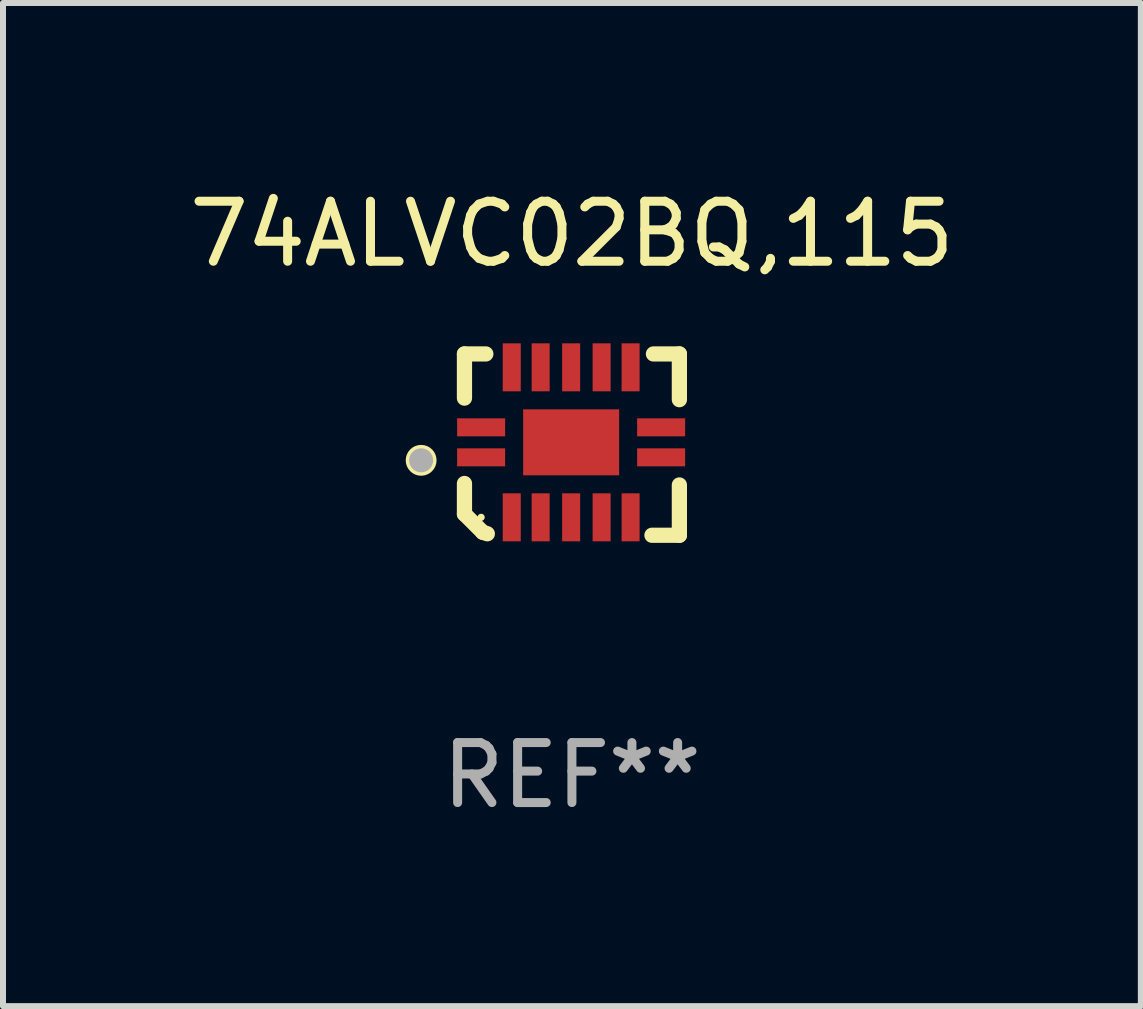
<source format=kicad_pcb>
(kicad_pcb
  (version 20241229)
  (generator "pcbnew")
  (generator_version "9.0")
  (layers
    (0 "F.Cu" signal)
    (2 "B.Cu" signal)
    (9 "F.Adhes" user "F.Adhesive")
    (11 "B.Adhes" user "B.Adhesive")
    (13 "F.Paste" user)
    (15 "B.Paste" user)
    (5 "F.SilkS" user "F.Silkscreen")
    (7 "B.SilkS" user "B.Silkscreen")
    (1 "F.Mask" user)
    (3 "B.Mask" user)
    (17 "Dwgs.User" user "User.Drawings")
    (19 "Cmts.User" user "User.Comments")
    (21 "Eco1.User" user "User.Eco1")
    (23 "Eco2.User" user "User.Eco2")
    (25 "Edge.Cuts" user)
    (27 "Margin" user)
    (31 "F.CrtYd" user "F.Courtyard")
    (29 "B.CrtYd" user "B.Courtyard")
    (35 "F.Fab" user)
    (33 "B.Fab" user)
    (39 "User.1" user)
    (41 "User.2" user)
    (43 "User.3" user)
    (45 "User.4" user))
  (footprint "74ALVC02BQ,115"
    (layer "F.Cu")
    (at 6.482 4.36)
    (property "Reference" "74ALVC02BQ,115" (at 0 -3.511 0) (layer "F.SilkS") (effects (font (size 1 1) (thickness 0.15))))
    (attr through_hole)
    (fp_line (start -1.791 -1.511) (end -1.435 -1.511) (stroke (width 0.254) (type solid)) (layer "F.SilkS"))
    (fp_line (start -1.791 -0.775) (end -1.791 -1.511) (stroke (width 0.254) (type solid)) (layer "F.SilkS"))
    (fp_line (start -1.791 1.156) (end -1.791 0.648) (stroke (width 0.254) (type solid)) (layer "F.SilkS"))
    (fp_line (start -1.486 1.461) (end -1.791 1.156) (stroke (width 0.254) (type solid)) (layer "F.SilkS"))
    (fp_line (start -1.41 1.486) (end -1.486 1.461) (stroke (width 0.254) (type solid)) (layer "F.SilkS"))
    (fp_line (start 1.334 1.511) (end 1.791 1.511) (stroke (width 0.254) (type solid)) (layer "F.SilkS"))
    (fp_line (start 1.791 -1.511) (end 1.359 -1.511) (stroke (width 0.254) (type solid)) (layer "F.SilkS"))
    (fp_line (start 1.791 -0.749) (end 1.791 -1.511) (stroke (width 0.254) (type solid)) (layer "F.SilkS"))
    (fp_line (start 1.791 1.511) (end 1.791 0.673) (stroke (width 0.254) (type solid)) (layer "F.SilkS"))
    (fp_circle (center -2.513 0.262) (end -2.383 0.262) (stroke (width 0.254) (type solid)) (fill no) (layer "F.SilkS"))
    (fp_circle (center -1.513 1.212) (end -1.483 1.212) (stroke (width 0.06) (type solid)) (fill no) (layer "F.SilkS"))
    (fp_circle (center -2.513 0.262) (end -2.413 0.262) (stroke (width 0.2) (type solid)) (fill no) (layer "F.Fab"))
    (fp_text user "REF**" (at 0 5.511 0) (layer "F.Fab") (effects (font (size 1 1) (thickness 0.15))))
    (pad "1" smd rect (at -1.513 0.212) (size 0.8 0.3) (layers "F.Cu" "F.Mask" "F.Paste"))
    (pad "2" smd rect (at -1.003 1.212) (size 0.3 0.8) (layers "F.Cu" "F.Mask" "F.Paste"))
    (pad "3" smd rect (at -0.521 1.212) (size 0.3 0.8) (layers "F.Cu" "F.Mask" "F.Paste"))
    (pad "4" smd rect (at -0.013 1.212) (size 0.3 0.8) (layers "F.Cu" "F.Mask" "F.Paste"))
    (pad "5" smd rect (at 0.495 1.212) (size 0.3 0.8) (layers "F.Cu" "F.Mask" "F.Paste"))
    (pad "6" smd rect (at 0.978 1.212) (size 0.3 0.8) (layers "F.Cu" "F.Mask" "F.Paste"))
    (pad "7" smd rect (at 1.487 0.212) (size 0.8 0.3) (layers "F.Cu" "F.Mask" "F.Paste"))
    (pad "8" smd rect (at 1.487 -0.288) (size 0.8 0.3) (layers "F.Cu" "F.Mask" "F.Paste"))
    (pad "9" smd rect (at 0.978 -1.288) (size 0.3 0.8) (layers "F.Cu" "F.Mask" "F.Paste"))
    (pad "10" smd rect (at 0.495 -1.288) (size 0.3 0.8) (layers "F.Cu" "F.Mask" "F.Paste"))
    (pad "11" smd rect (at -0.013 -1.288) (size 0.3 0.8) (layers "F.Cu" "F.Mask" "F.Paste"))
    (pad "12" smd rect (at -0.521 -1.288) (size 0.3 0.8) (layers "F.Cu" "F.Mask" "F.Paste"))
    (pad "13" smd rect (at -1.003 -1.288) (size 0.3 0.8) (layers "F.Cu" "F.Mask" "F.Paste"))
    (pad "14" smd rect (at -1.513 -0.288) (size 0.8 0.3) (layers "F.Cu" "F.Mask" "F.Paste"))
    (pad "15" smd rect (at -0.013 -0.038 90) (size 1.1 1.6) (layers "F.Cu" "F.Mask" "F.Paste")))
  (gr_rect
    (start -3 -3)
    (end 15.964 13.719)
    (stroke (width 0.1) (type default))
    (fill no)
    (layer "Edge.Cuts")))
</source>
